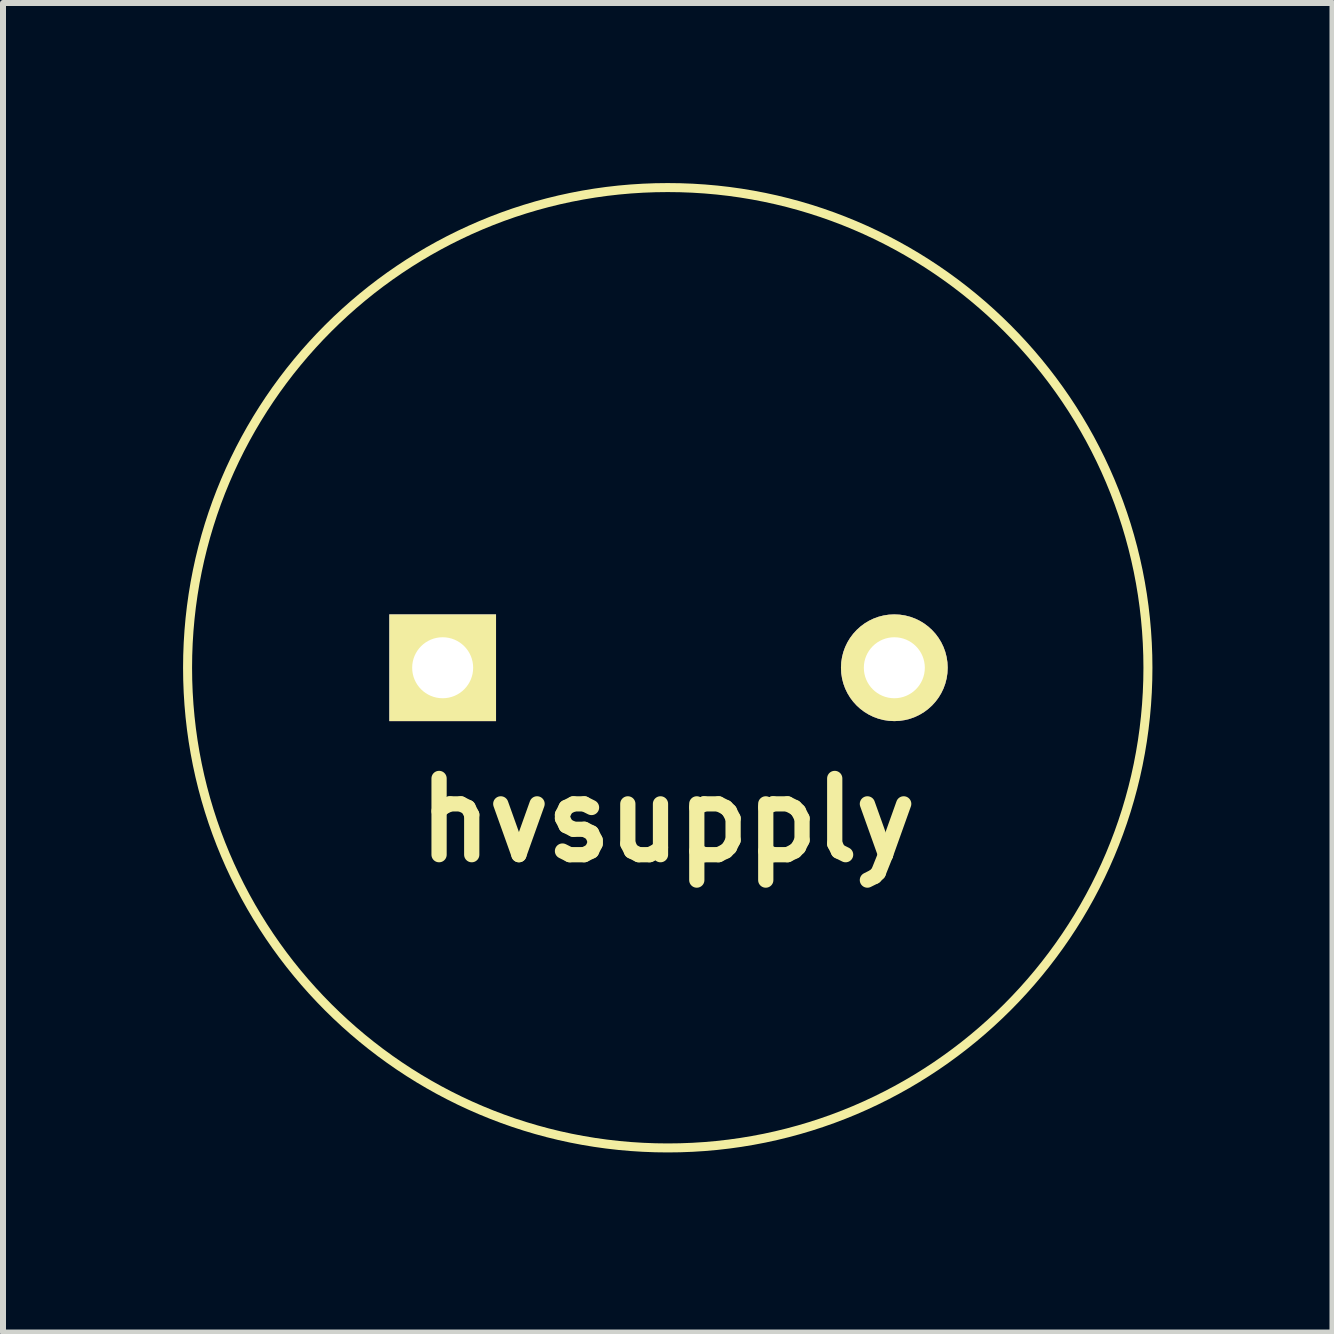
<source format=kicad_pcb>
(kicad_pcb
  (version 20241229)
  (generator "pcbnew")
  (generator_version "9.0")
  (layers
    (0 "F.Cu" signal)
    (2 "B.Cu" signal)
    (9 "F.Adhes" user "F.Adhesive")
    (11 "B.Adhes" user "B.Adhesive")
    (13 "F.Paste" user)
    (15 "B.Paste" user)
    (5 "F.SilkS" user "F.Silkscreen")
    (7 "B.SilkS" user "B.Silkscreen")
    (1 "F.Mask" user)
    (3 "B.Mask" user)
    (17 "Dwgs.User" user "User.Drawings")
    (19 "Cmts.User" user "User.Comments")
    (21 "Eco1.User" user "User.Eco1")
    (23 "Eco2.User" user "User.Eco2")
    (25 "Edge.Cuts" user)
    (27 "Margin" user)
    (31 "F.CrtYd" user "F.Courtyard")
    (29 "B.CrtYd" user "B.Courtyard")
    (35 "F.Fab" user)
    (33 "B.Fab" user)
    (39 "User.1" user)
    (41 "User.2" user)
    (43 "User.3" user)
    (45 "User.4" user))
  (footprint "hvsupply"
    (layer "F.Cu")
    (at 8.075 8.075)
    (property "Reference" "hvsupply" (at 0 2.54 0) (layer "F.SilkS") (effects (font (size 1.27 1.27) (thickness 0.254))))
    (attr through_hole)
    (fp_circle (center 0 0) (end 8 0) (stroke (width 0.15) (type solid)) (fill no) (layer "F.SilkS"))
    (pad "1" thru_hole rect (at -3.75 0) (size 1.778 1.778) (drill 1.016) (layers "*.Cu" "*.Mask" "F.SilkS"))
    (pad "2" thru_hole circle (at 3.775 0) (size 1.778 1.778) (drill 1.016) (layers "*.Cu" "*.Mask" "F.SilkS")))
  (gr_rect
    (start -3 -3)
    (end 19.15 19.15)
    (stroke (width 0.1) (type default))
    (fill no)
    (layer "Edge.Cuts")))
</source>
